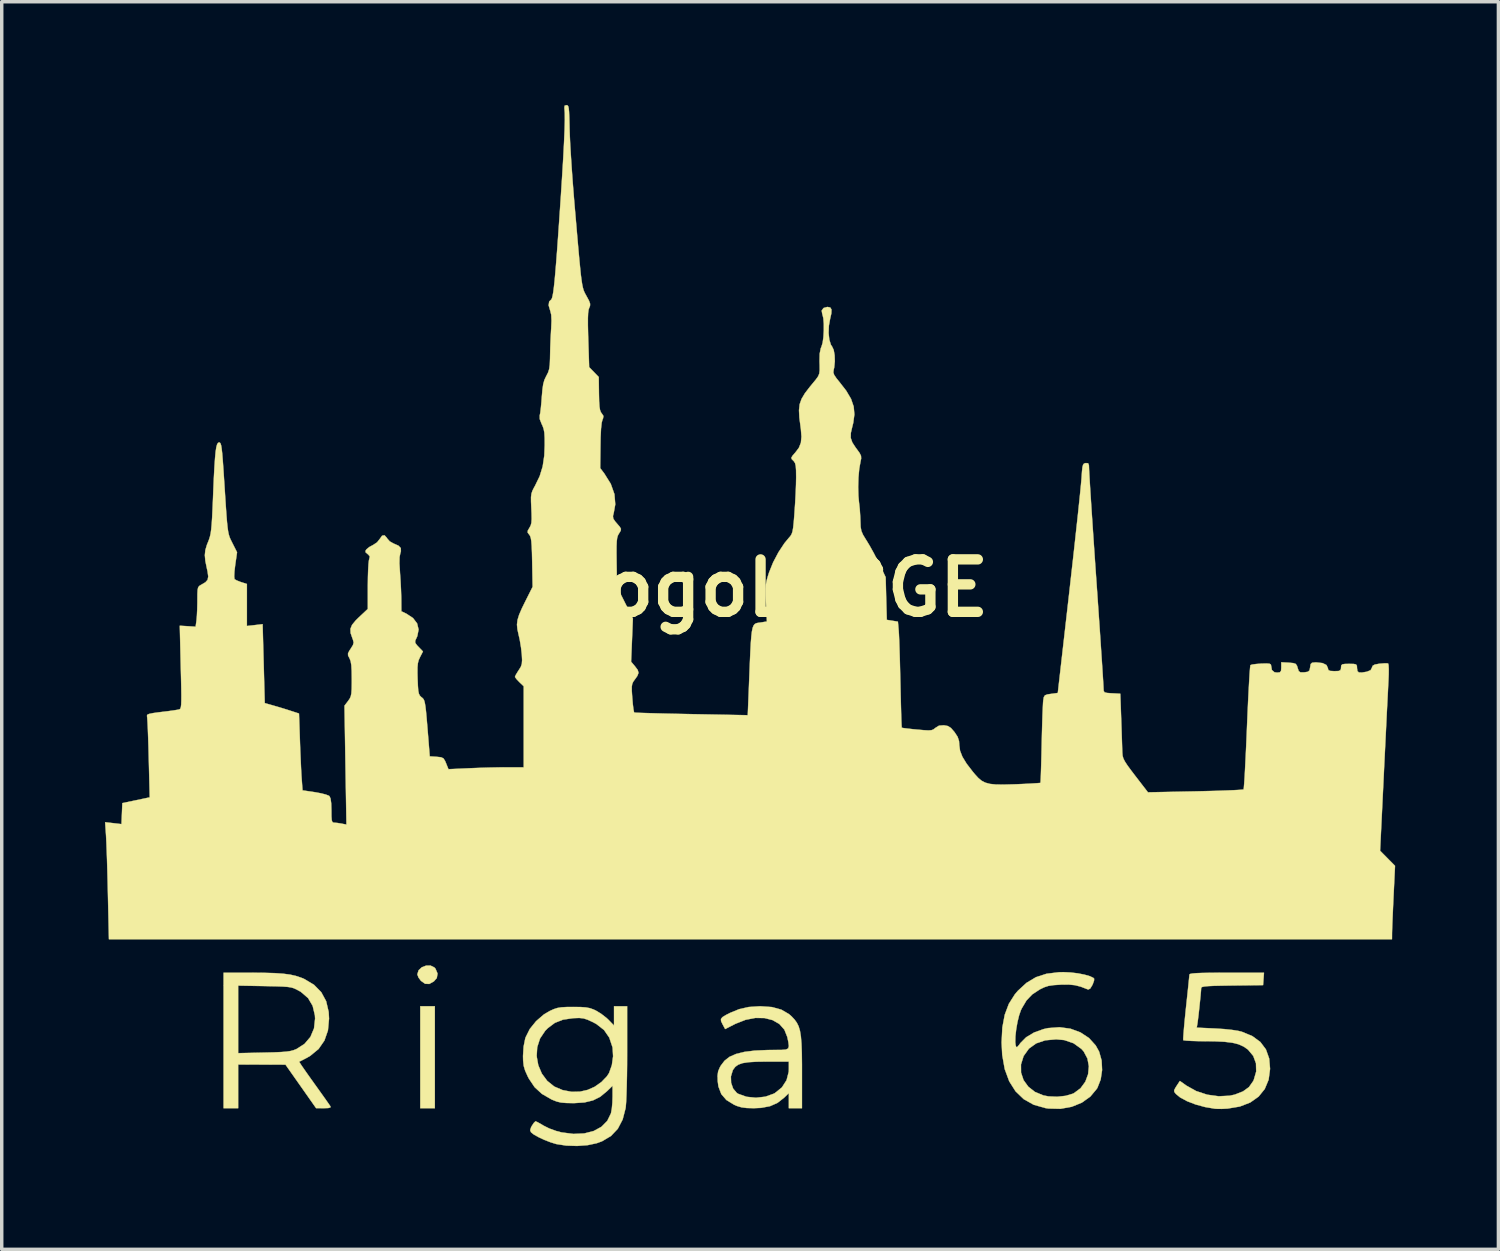
<source format=kicad_pcb>
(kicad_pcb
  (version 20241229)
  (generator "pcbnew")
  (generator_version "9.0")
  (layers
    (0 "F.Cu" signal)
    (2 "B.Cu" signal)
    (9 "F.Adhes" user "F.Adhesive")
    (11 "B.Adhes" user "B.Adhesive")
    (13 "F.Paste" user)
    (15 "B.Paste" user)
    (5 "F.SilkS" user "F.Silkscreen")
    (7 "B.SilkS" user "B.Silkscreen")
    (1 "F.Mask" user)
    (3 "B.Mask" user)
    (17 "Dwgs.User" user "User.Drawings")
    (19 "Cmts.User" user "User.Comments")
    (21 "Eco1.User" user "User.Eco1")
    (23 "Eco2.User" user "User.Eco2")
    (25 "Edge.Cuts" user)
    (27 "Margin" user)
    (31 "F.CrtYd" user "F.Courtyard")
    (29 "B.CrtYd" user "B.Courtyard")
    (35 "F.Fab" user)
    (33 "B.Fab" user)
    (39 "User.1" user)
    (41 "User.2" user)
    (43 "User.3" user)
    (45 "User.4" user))
  (footprint "logoLARGE"
    (layer "F.Cu")
    (at 19.703 14.039)
    (property "Reference" "logoLARGE" (at 0 0 0) (layer "F.SilkS") (effects (font (size 1.524 1.524) (thickness 0.3))))
    (attr through_hole)
    (fp_poly (pts (xy -10.118 15.113) (xy -10.541 15.113) (xy -10.541 12.15) (xy -10.118 12.15) (xy -10.118 15.113)) (stroke (width 0.01) (type solid)) (fill yes) (layer "F.SilkS"))
    (fp_poly (pts (xy -10.131 11.023) (xy -10.099 11.058) (xy -10.039 11.2) (xy -10.061 11.33) (xy -10.145 11.427) (xy -10.279 11.502) (xy -10.4 11.497) (xy -10.522 11.411) (xy -10.522 11.411) (xy -10.593 11.315) (xy -10.626 11.225) (xy -10.626 11.22) (xy -10.589 11.104) (xy -10.496 11.018) (xy -10.372 10.97) (xy -10.242 10.969) (xy -10.131 11.023)) (stroke (width 0.01) (type solid)) (fill yes) (layer "F.SilkS"))
    (fp_poly (pts (xy -15.441 11.176) (xy -15.068 11.179) (xy -14.766 11.188) (xy -14.522 11.205) (xy -14.323 11.231) (xy -14.155 11.269) (xy -14.005 11.319) (xy -13.91 11.359) (xy -13.629 11.527) (xy -13.418 11.742) (xy -13.276 12.004) (xy -13.203 12.315) (xy -13.192 12.509) (xy -13.224 12.853) (xy -13.326 13.146) (xy -13.496 13.392) (xy -13.737 13.59) (xy -13.857 13.659) (xy -14.061 13.763) (xy -13.987 13.877) (xy -13.935 13.952) (xy -13.846 14.08) (xy -13.729 14.245) (xy -13.596 14.431) (xy -13.547 14.499) (xy -13.416 14.683) (xy -13.301 14.844) (xy -13.213 14.97) (xy -13.16 15.046) (xy -13.15 15.06) (xy -13.153 15.092) (xy -13.217 15.108) (xy -13.343 15.112) (xy -13.568 15.111) (xy -14.457 13.847) (xy -15.145 13.845) (xy -15.833 13.843) (xy -15.833 15.113) (xy -16.256 15.113) (xy -16.256 13.513) (xy -15.833 13.513) (xy -15.081 13.497) (xy -14.8 13.49) (xy -14.589 13.481) (xy -14.433 13.469) (xy -14.316 13.452) (xy -14.225 13.428) (xy -14.144 13.396) (xy -14.139 13.394) (xy -13.904 13.243) (xy -13.732 13.04) (xy -13.628 12.793) (xy -13.597 12.51) (xy -13.603 12.412) (xy -13.668 12.138) (xy -13.801 11.913) (xy -14.005 11.737) (xy -14.062 11.703) (xy -14.144 11.659) (xy -14.217 11.626) (xy -14.296 11.603) (xy -14.396 11.588) (xy -14.531 11.578) (xy -14.716 11.571) (xy -14.967 11.566) (xy -15.06 11.564) (xy -15.833 11.55) (xy -15.833 13.513) (xy -16.256 13.513) (xy -16.256 11.176) (xy -15.441 11.176)) (stroke (width 0.01) (type solid)) (fill yes) (layer "F.SilkS"))
    (fp_poly (pts (xy -0.322 12.174) (xy -0.05 12.249) (xy 0.172 12.378) (xy 0.247 12.444) (xy 0.332 12.534) (xy 0.4 12.627) (xy 0.453 12.733) (xy 0.492 12.863) (xy 0.519 13.029) (xy 0.536 13.24) (xy 0.546 13.508) (xy 0.55 13.843) (xy 0.55 14.084) (xy 0.55 15.113) (xy 0.169 15.113) (xy 0.169 14.673) (xy 0.032 14.806) (xy -0.162 14.958) (xy -0.379 15.054) (xy -0.64 15.103) (xy -0.847 15.112) (xy -1.053 15.107) (xy -1.207 15.087) (xy -1.341 15.047) (xy -1.423 15.011) (xy -1.645 14.875) (xy -1.794 14.702) (xy -1.877 14.483) (xy -1.898 14.326) (xy -1.901 14.191) (xy -1.515 14.191) (xy -1.509 14.375) (xy -1.45 14.543) (xy -1.344 14.668) (xy -1.304 14.694) (xy -1.061 14.781) (xy -0.788 14.809) (xy -0.513 14.778) (xy -0.268 14.69) (xy -0.237 14.673) (xy -0.033 14.509) (xy 0.103 14.298) (xy 0.166 14.053) (xy 0.169 13.977) (xy 0.169 13.758) (xy -0.47 13.758) (xy -0.774 13.762) (xy -1.005 13.776) (xy -1.177 13.803) (xy -1.3 13.847) (xy -1.387 13.909) (xy -1.451 13.994) (xy -1.462 14.016) (xy -1.515 14.191) (xy -1.901 14.191) (xy -1.902 14.161) (xy -1.885 14.041) (xy -1.838 13.93) (xy -1.808 13.876) (xy -1.7 13.734) (xy -1.557 13.621) (xy -1.368 13.537) (xy -1.126 13.477) (xy -0.822 13.439) (xy -0.448 13.422) (xy -0.243 13.42) (xy -0.044 13.419) (xy 0.083 13.409) (xy 0.15 13.376) (xy 0.17 13.307) (xy 0.155 13.191) (xy 0.124 13.043) (xy 0.039 12.83) (xy -0.106 12.666) (xy -0.302 12.553) (xy -0.537 12.493) (xy -0.803 12.489) (xy -1.088 12.544) (xy -1.383 12.66) (xy -1.402 12.67) (xy -1.682 12.813) (xy -1.758 12.671) (xy -1.8 12.584) (xy -1.804 12.521) (xy -1.761 12.467) (xy -1.659 12.404) (xy -1.543 12.345) (xy -1.275 12.235) (xy -0.996 12.172) (xy -0.675 12.151) (xy -0.653 12.151) (xy -0.322 12.174)) (stroke (width 0.01) (type solid)) (fill yes) (layer "F.SilkS"))
    (fp_poly (pts (xy 13.962 11.356) (xy 13.949 11.536) (xy 13.049 11.547) (xy 12.747 11.552) (xy 12.52 11.557) (xy 12.357 11.565) (xy 12.248 11.575) (xy 12.185 11.588) (xy 12.155 11.606) (xy 12.15 11.623) (xy 12.145 11.7) (xy 12.133 11.838) (xy 12.115 12.014) (xy 12.095 12.205) (xy 12.075 12.389) (xy 12.056 12.543) (xy 12.043 12.641) (xy 12.021 12.772) (xy 12.562 12.797) (xy 12.817 12.813) (xy 13.052 12.838) (xy 13.242 12.869) (xy 13.331 12.891) (xy 13.636 13.017) (xy 13.869 13.188) (xy 14.032 13.405) (xy 14.126 13.669) (xy 14.152 13.97) (xy 14.11 14.284) (xy 13.998 14.553) (xy 13.819 14.775) (xy 13.576 14.947) (xy 13.273 15.064) (xy 12.915 15.124) (xy 12.912 15.124) (xy 12.754 15.132) (xy 12.61 15.131) (xy 12.552 15.128) (xy 12.265 15.079) (xy 11.988 15.004) (xy 11.739 14.908) (xy 11.538 14.799) (xy 11.416 14.698) (xy 11.37 14.64) (xy 11.366 14.588) (xy 11.406 14.512) (xy 11.435 14.467) (xy 11.531 14.321) (xy 11.724 14.458) (xy 12.006 14.615) (xy 12.326 14.72) (xy 12.659 14.766) (xy 12.979 14.75) (xy 13.129 14.717) (xy 13.367 14.624) (xy 13.539 14.499) (xy 13.659 14.329) (xy 13.678 14.291) (xy 13.749 14.047) (xy 13.743 13.809) (xy 13.663 13.593) (xy 13.512 13.412) (xy 13.508 13.408) (xy 13.383 13.321) (xy 13.236 13.255) (xy 13.054 13.21) (xy 12.823 13.182) (xy 12.531 13.168) (xy 12.293 13.166) (xy 12.068 13.164) (xy 11.875 13.158) (xy 11.729 13.15) (xy 11.644 13.14) (xy 11.63 13.134) (xy 11.629 13.084) (xy 11.637 12.963) (xy 11.651 12.783) (xy 11.672 12.557) (xy 11.698 12.298) (xy 11.709 12.192) (xy 11.738 11.921) (xy 11.764 11.678) (xy 11.785 11.475) (xy 11.8 11.324) (xy 11.808 11.24) (xy 11.809 11.229) (xy 11.828 11.212) (xy 11.891 11.199) (xy 12.004 11.189) (xy 12.175 11.182) (xy 12.411 11.178) (xy 12.721 11.176) (xy 12.893 11.176) (xy 13.975 11.176) (xy 13.962 11.356)) (stroke (width 0.01) (type solid)) (fill yes) (layer "F.SilkS"))
    (fp_poly (pts (xy 8.356 11.169) (xy 8.566 11.194) (xy 8.759 11.232) (xy 8.916 11.277) (xy 9.018 11.326) (xy 9.04 11.349) (xy 9.037 11.405) (xy 9.002 11.503) (xy 8.988 11.534) (xy 8.926 11.636) (xy 8.869 11.664) (xy 8.85 11.658) (xy 8.654 11.582) (xy 8.484 11.538) (xy 8.305 11.52) (xy 8.082 11.522) (xy 8.065 11.523) (xy 7.862 11.536) (xy 7.714 11.558) (xy 7.591 11.598) (xy 7.462 11.66) (xy 7.458 11.663) (xy 7.241 11.806) (xy 7.075 11.98) (xy 6.939 12.209) (xy 6.913 12.262) (xy 6.86 12.413) (xy 6.812 12.609) (xy 6.775 12.822) (xy 6.752 13.026) (xy 6.748 13.194) (xy 6.758 13.279) (xy 6.776 13.334) (xy 6.801 13.338) (xy 6.85 13.284) (xy 6.898 13.219) (xy 7.064 13.052) (xy 7.293 12.914) (xy 7.567 12.815) (xy 7.699 12.785) (xy 8.035 12.76) (xy 8.353 12.803) (xy 8.642 12.91) (xy 8.891 13.074) (xy 9.086 13.29) (xy 9.185 13.469) (xy 9.257 13.725) (xy 9.271 14.004) (xy 9.23 14.279) (xy 9.136 14.519) (xy 9.119 14.547) (xy 8.929 14.775) (xy 8.681 14.952) (xy 8.388 15.071) (xy 8.062 15.13) (xy 7.716 15.122) (xy 7.625 15.109) (xy 7.283 15.012) (xy 6.993 14.849) (xy 6.756 14.621) (xy 6.572 14.33) (xy 6.442 13.977) (xy 6.418 13.842) (xy 6.914 13.842) (xy 6.916 14.078) (xy 6.989 14.297) (xy 7.126 14.487) (xy 7.319 14.639) (xy 7.562 14.74) (xy 7.712 14.769) (xy 7.966 14.78) (xy 8.212 14.753) (xy 8.418 14.692) (xy 8.452 14.676) (xy 8.645 14.533) (xy 8.784 14.343) (xy 8.865 14.124) (xy 8.887 13.894) (xy 8.845 13.668) (xy 8.737 13.465) (xy 8.668 13.388) (xy 8.441 13.225) (xy 8.172 13.133) (xy 7.938 13.111) (xy 7.619 13.14) (xy 7.354 13.23) (xy 7.145 13.381) (xy 6.995 13.591) (xy 6.989 13.601) (xy 6.914 13.842) (xy 6.418 13.842) (xy 6.369 13.564) (xy 6.351 13.2) (xy 6.373 12.767) (xy 6.442 12.398) (xy 6.561 12.081) (xy 6.735 11.806) (xy 6.823 11.702) (xy 7.075 11.47) (xy 7.349 11.306) (xy 7.657 11.206) (xy 8.014 11.162) (xy 8.149 11.159) (xy 8.356 11.169)) (stroke (width 0.01) (type solid)) (fill yes) (layer "F.SilkS"))
    (fp_poly (pts (xy -4.53 13.494) (xy -4.531 13.837) (xy -4.535 14.166) (xy -4.542 14.466) (xy -4.55 14.727) (xy -4.559 14.933) (xy -4.57 15.073) (xy -4.574 15.107) (xy -4.66 15.44) (xy -4.801 15.71) (xy -5 15.92) (xy -5.26 16.074) (xy -5.413 16.13) (xy -5.677 16.186) (xy -5.984 16.209) (xy -6.298 16.199) (xy -6.582 16.155) (xy -6.589 16.154) (xy -6.755 16.103) (xy -6.935 16.033) (xy -7.106 15.953) (xy -7.243 15.876) (xy -7.323 15.812) (xy -7.348 15.752) (xy -7.322 15.669) (xy -7.297 15.623) (xy -7.239 15.537) (xy -7.195 15.495) (xy -7.19 15.494) (xy -7.14 15.515) (xy -7.043 15.568) (xy -6.955 15.621) (xy -6.792 15.702) (xy -6.587 15.776) (xy -6.434 15.816) (xy -6.09 15.86) (xy -5.777 15.846) (xy -5.503 15.776) (xy -5.277 15.653) (xy -5.107 15.481) (xy -5.001 15.264) (xy -4.998 15.252) (xy -4.975 15.127) (xy -4.959 14.956) (xy -4.953 14.776) (xy -4.953 14.461) (xy -5.112 14.615) (xy -5.309 14.778) (xy -5.521 14.885) (xy -5.769 14.945) (xy -6.072 14.965) (xy -6.096 14.965) (xy -6.302 14.961) (xy -6.452 14.948) (xy -6.575 14.919) (xy -6.699 14.87) (xy -6.733 14.855) (xy -7.007 14.696) (xy -7.218 14.502) (xy -7.385 14.253) (xy -7.417 14.192) (xy -7.493 14.024) (xy -7.535 13.884) (xy -7.552 13.729) (xy -7.555 13.603) (xy -7.159 13.603) (xy -7.112 13.864) (xy -7.009 14.107) (xy -6.852 14.319) (xy -6.646 14.484) (xy -6.404 14.587) (xy -6.14 14.637) (xy -5.898 14.631) (xy -5.678 14.581) (xy -5.473 14.49) (xy -5.276 14.351) (xy -5.118 14.187) (xy -5.055 14.09) (xy -4.974 13.862) (xy -4.938 13.604) (xy -4.952 13.358) (xy -4.956 13.338) (xy -5.049 13.061) (xy -5.201 12.841) (xy -5.42 12.669) (xy -5.52 12.614) (xy -5.677 12.542) (xy -5.797 12.503) (xy -5.921 12.49) (xy -6.085 12.496) (xy -6.106 12.497) (xy -6.395 12.54) (xy -6.631 12.633) (xy -6.835 12.786) (xy -6.911 12.863) (xy -7.062 13.089) (xy -7.143 13.34) (xy -7.159 13.603) (xy -7.555 13.603) (xy -7.555 13.592) (xy -7.538 13.322) (xy -7.491 13.088) (xy -7.479 13.051) (xy -7.358 12.81) (xy -7.174 12.582) (xy -6.95 12.389) (xy -6.782 12.289) (xy -6.663 12.235) (xy -6.556 12.2) (xy -6.438 12.181) (xy -6.282 12.172) (xy -6.096 12.171) (xy -5.883 12.173) (xy -5.73 12.184) (xy -5.613 12.206) (xy -5.509 12.243) (xy -5.443 12.273) (xy -5.285 12.369) (xy -5.127 12.492) (xy -5.073 12.543) (xy -4.911 12.71) (xy -4.911 12.15) (xy -4.53 12.15) (xy -4.53 13.494)) (stroke (width 0.01) (type solid)) (fill yes) (layer "F.SilkS"))
    (fp_poly (pts (xy -6.264 -14.028) (xy -6.243 -14.002) (xy -6.228 -13.944) (xy -6.218 -13.842) (xy -6.211 -13.685) (xy -6.205 -13.459) (xy -6.203 -13.356) (xy -6.196 -13.149) (xy -6.183 -12.874) (xy -6.163 -12.546) (xy -6.139 -12.18) (xy -6.111 -11.792) (xy -6.08 -11.398) (xy -6.058 -11.134) (xy -6.014 -10.625) (xy -5.977 -10.193) (xy -5.945 -9.831) (xy -5.918 -9.533) (xy -5.894 -9.29) (xy -5.874 -9.096) (xy -5.854 -8.944) (xy -5.836 -8.826) (xy -5.817 -8.736) (xy -5.798 -8.666) (xy -5.776 -8.61) (xy -5.751 -8.559) (xy -5.723 -8.508) (xy -5.708 -8.481) (xy -5.637 -8.349) (xy -5.606 -8.262) (xy -5.609 -8.198) (xy -5.631 -8.147) (xy -5.651 -8.088) (xy -5.664 -7.991) (xy -5.67 -7.845) (xy -5.67 -7.639) (xy -5.664 -7.364) (xy -5.66 -7.233) (xy -5.634 -6.421) (xy -5.495 -6.278) (xy -5.355 -6.134) (xy -5.349 -5.647) (xy -5.344 -5.426) (xy -5.334 -5.273) (xy -5.317 -5.173) (xy -5.291 -5.107) (xy -5.268 -5.077) (xy -5.218 -5.001) (xy -5.232 -4.924) (xy -5.246 -4.896) (xy -5.27 -4.804) (xy -5.289 -4.63) (xy -5.301 -4.38) (xy -5.305 -4.143) (xy -5.313 -3.487) (xy -5.195 -3.332) (xy -5.006 -3.03) (xy -4.899 -2.729) (xy -4.875 -2.433) (xy -4.917 -2.198) (xy -4.942 -2.094) (xy -4.933 -2.02) (xy -4.88 -1.94) (xy -4.832 -1.884) (xy -4.747 -1.785) (xy -4.71 -1.724) (xy -4.716 -1.67) (xy -4.76 -1.597) (xy -4.773 -1.577) (xy -4.801 -1.524) (xy -4.82 -1.457) (xy -4.832 -1.36) (xy -4.838 -1.22) (xy -4.839 -1.023) (xy -4.836 -0.756) (xy -4.836 -0.751) (xy -4.825 -0.039) (xy -4.594 0.421) (xy -4.363 0.881) (xy -4.415 2.138) (xy -4.303 2.271) (xy -4.222 2.379) (xy -4.199 2.463) (xy -4.234 2.553) (xy -4.301 2.647) (xy -4.352 2.718) (xy -4.382 2.783) (xy -4.395 2.864) (xy -4.395 2.982) (xy -4.383 3.158) (xy -4.38 3.196) (xy -4.365 3.371) (xy -4.348 3.511) (xy -4.331 3.598) (xy -4.324 3.615) (xy -4.277 3.62) (xy -4.154 3.625) (xy -3.966 3.631) (xy -3.721 3.638) (xy -3.429 3.646) (xy -3.098 3.653) (xy -2.739 3.66) (xy -2.661 3.662) (xy -1.025 3.693) (xy -0.996 2.979) (xy -0.978 2.523) (xy -0.963 2.145) (xy -0.949 1.837) (xy -0.936 1.591) (xy -0.921 1.401) (xy -0.904 1.258) (xy -0.883 1.156) (xy -0.856 1.088) (xy -0.823 1.046) (xy -0.782 1.022) (xy -0.732 1.01) (xy -0.671 1.002) (xy -0.626 0.995) (xy -0.469 0.97) (xy -0.494 0.43) (xy -0.504 0.201) (xy -0.506 0.032) (xy -0.498 -0.098) (xy -0.478 -0.215) (xy -0.442 -0.342) (xy -0.406 -0.455) (xy -0.288 -0.747) (xy -0.133 -1.041) (xy 0.041 -1.305) (xy 0.169 -1.46) (xy 0.216 -1.514) (xy 0.25 -1.571) (xy 0.275 -1.645) (xy 0.294 -1.753) (xy 0.311 -1.911) (xy 0.329 -2.132) (xy 0.334 -2.208) (xy 0.352 -2.471) (xy 0.367 -2.746) (xy 0.377 -3.002) (xy 0.381 -3.207) (xy 0.381 -3.228) (xy 0.379 -3.421) (xy 0.37 -3.548) (xy 0.35 -3.63) (xy 0.317 -3.683) (xy 0.297 -3.704) (xy 0.25 -3.751) (xy 0.243 -3.793) (xy 0.281 -3.854) (xy 0.358 -3.941) (xy 0.461 -4.078) (xy 0.519 -4.224) (xy 0.536 -4.4) (xy 0.518 -4.63) (xy 0.511 -4.678) (xy 0.475 -4.952) (xy 0.464 -5.166) (xy 0.483 -5.341) (xy 0.539 -5.499) (xy 0.636 -5.662) (xy 0.782 -5.852) (xy 0.849 -5.933) (xy 0.953 -6.059) (xy 1.018 -6.15) (xy 1.053 -6.232) (xy 1.065 -6.331) (xy 1.064 -6.473) (xy 1.06 -6.588) (xy 1.065 -6.811) (xy 1.097 -6.97) (xy 1.118 -7.019) (xy 1.151 -7.13) (xy 1.174 -7.295) (xy 1.185 -7.487) (xy 1.185 -7.678) (xy 1.171 -7.844) (xy 1.144 -7.955) (xy 1.14 -7.964) (xy 1.123 -8.064) (xy 1.177 -8.139) (xy 1.286 -8.17) (xy 1.292 -8.17) (xy 1.372 -8.154) (xy 1.408 -8.095) (xy 1.404 -7.983) (xy 1.369 -7.829) (xy 1.332 -7.624) (xy 1.324 -7.414) (xy 1.344 -7.222) (xy 1.39 -7.073) (xy 1.425 -7.02) (xy 1.472 -6.921) (xy 1.499 -6.768) (xy 1.505 -6.589) (xy 1.487 -6.412) (xy 1.471 -6.341) (xy 1.462 -6.269) (xy 1.485 -6.196) (xy 1.55 -6.099) (xy 1.628 -6.003) (xy 1.836 -5.736) (xy 1.976 -5.499) (xy 2.053 -5.274) (xy 2.073 -5.047) (xy 2.04 -4.802) (xy 2.013 -4.694) (xy 1.97 -4.508) (xy 1.967 -4.365) (xy 2.012 -4.234) (xy 2.11 -4.083) (xy 2.142 -4.041) (xy 2.226 -3.924) (xy 2.266 -3.843) (xy 2.27 -3.765) (xy 2.25 -3.667) (xy 2.214 -3.465) (xy 2.191 -3.211) (xy 2.183 -2.939) (xy 2.19 -2.679) (xy 2.206 -2.506) (xy 2.229 -2.3) (xy 2.244 -2.073) (xy 2.249 -1.939) (xy 2.255 -1.78) (xy 2.276 -1.662) (xy 2.324 -1.55) (xy 2.41 -1.408) (xy 2.424 -1.387) (xy 2.52 -1.228) (xy 2.633 -1.025) (xy 2.743 -0.812) (xy 2.789 -0.72) (xy 2.982 -0.318) (xy 2.998 0.302) (xy 3.015 0.922) (xy 3.176 0.948) (xy 3.338 0.974) (xy 3.361 1.238) (xy 3.368 1.349) (xy 3.376 1.53) (xy 3.384 1.77) (xy 3.393 2.053) (xy 3.401 2.368) (xy 3.409 2.7) (xy 3.411 2.773) (xy 3.418 3.092) (xy 3.425 3.382) (xy 3.432 3.634) (xy 3.438 3.836) (xy 3.444 3.978) (xy 3.449 4.05) (xy 3.45 4.056) (xy 3.495 4.066) (xy 3.606 4.08) (xy 3.764 4.098) (xy 3.897 4.111) (xy 4.094 4.128) (xy 4.225 4.135) (xy 4.31 4.129) (xy 4.366 4.109) (xy 4.413 4.074) (xy 4.425 4.063) (xy 4.532 3.997) (xy 4.674 3.986) (xy 4.682 3.987) (xy 4.791 4.008) (xy 4.879 4.064) (xy 4.974 4.173) (xy 4.983 4.184) (xy 5.073 4.321) (xy 5.114 4.445) (xy 5.122 4.567) (xy 5.144 4.727) (xy 5.212 4.901) (xy 5.333 5.1) (xy 5.514 5.335) (xy 5.574 5.407) (xy 5.673 5.516) (xy 5.77 5.597) (xy 5.878 5.653) (xy 6.011 5.689) (xy 6.183 5.707) (xy 6.408 5.71) (xy 6.699 5.702) (xy 6.791 5.699) (xy 7.021 5.689) (xy 7.218 5.679) (xy 7.37 5.669) (xy 7.46 5.662) (xy 7.479 5.658) (xy 7.484 5.614) (xy 7.49 5.496) (xy 7.496 5.317) (xy 7.503 5.086) (xy 7.51 4.817) (xy 7.516 4.547) (xy 7.523 4.241) (xy 7.531 3.953) (xy 7.539 3.699) (xy 7.548 3.49) (xy 7.555 3.342) (xy 7.56 3.275) (xy 7.577 3.17) (xy 7.611 3.115) (xy 7.686 3.088) (xy 7.783 3.074) (xy 7.984 3.047) (xy 8.316 0.137) (xy 8.372 -0.363) (xy 8.427 -0.849) (xy 8.478 -1.311) (xy 8.525 -1.743) (xy 8.568 -2.135) (xy 8.604 -2.48) (xy 8.634 -2.769) (xy 8.656 -2.994) (xy 8.67 -3.148) (xy 8.674 -3.196) (xy 8.687 -3.389) (xy 8.7 -3.513) (xy 8.719 -3.584) (xy 8.746 -3.619) (xy 8.788 -3.632) (xy 8.795 -3.633) (xy 8.864 -3.629) (xy 8.888 -3.573) (xy 8.89 -3.527) (xy 8.893 -3.442) (xy 8.902 -3.278) (xy 8.916 -3.037) (xy 8.936 -2.717) (xy 8.962 -2.316) (xy 8.994 -1.835) (xy 9.032 -1.273) (xy 9.076 -0.628) (xy 9.127 0.1) (xy 9.166 0.667) (xy 9.195 1.087) (xy 9.222 1.484) (xy 9.246 1.85) (xy 9.268 2.177) (xy 9.286 2.455) (xy 9.3 2.676) (xy 9.309 2.831) (xy 9.313 2.912) (xy 9.313 2.919) (xy 9.318 2.989) (xy 9.344 3.028) (xy 9.413 3.046) (xy 9.544 3.056) (xy 9.557 3.056) (xy 9.8 3.069) (xy 9.827 3.831) (xy 9.836 4.092) (xy 9.844 4.337) (xy 9.851 4.548) (xy 9.856 4.707) (xy 9.859 4.784) (xy 9.866 4.866) (xy 9.887 4.944) (xy 9.931 5.034) (xy 10.005 5.148) (xy 10.119 5.303) (xy 10.234 5.454) (xy 10.604 5.934) (xy 11.98 5.906) (xy 12.313 5.898) (xy 12.619 5.89) (xy 12.887 5.88) (xy 13.107 5.871) (xy 13.27 5.862) (xy 13.364 5.854) (xy 13.383 5.849) (xy 13.39 5.802) (xy 13.4 5.679) (xy 13.413 5.49) (xy 13.426 5.243) (xy 13.441 4.946) (xy 13.457 4.61) (xy 13.473 4.243) (xy 13.481 4.043) (xy 13.497 3.663) (xy 13.513 3.309) (xy 13.529 2.991) (xy 13.544 2.717) (xy 13.557 2.497) (xy 13.569 2.338) (xy 13.578 2.251) (xy 13.582 2.237) (xy 13.636 2.22) (xy 13.749 2.205) (xy 13.896 2.194) (xy 14.05 2.19) (xy 14.137 2.197) (xy 14.175 2.219) (xy 14.182 2.251) (xy 14.205 2.38) (xy 14.28 2.445) (xy 14.356 2.455) (xy 14.437 2.447) (xy 14.471 2.404) (xy 14.478 2.305) (xy 14.478 2.155) (xy 14.698 2.167) (xy 14.828 2.179) (xy 14.898 2.203) (xy 14.934 2.255) (xy 14.954 2.32) (xy 14.985 2.412) (xy 15.035 2.448) (xy 15.135 2.448) (xy 15.147 2.447) (xy 15.251 2.431) (xy 15.299 2.389) (xy 15.317 2.298) (xy 15.317 2.297) (xy 15.332 2.208) (xy 15.372 2.169) (xy 15.463 2.159) (xy 15.499 2.159) (xy 15.678 2.179) (xy 15.791 2.235) (xy 15.833 2.326) (xy 15.833 2.33) (xy 15.846 2.382) (xy 15.899 2.406) (xy 16.013 2.413) (xy 16.023 2.413) (xy 16.141 2.409) (xy 16.196 2.387) (xy 16.213 2.336) (xy 16.214 2.307) (xy 16.22 2.247) (xy 16.252 2.215) (xy 16.33 2.203) (xy 16.447 2.201) (xy 16.58 2.203) (xy 16.649 2.217) (xy 16.675 2.255) (xy 16.679 2.326) (xy 16.679 2.328) (xy 16.69 2.41) (xy 16.732 2.45) (xy 16.823 2.453) (xy 16.968 2.429) (xy 17.075 2.384) (xy 17.111 2.313) (xy 17.134 2.256) (xy 17.197 2.221) (xy 17.322 2.198) (xy 17.335 2.197) (xy 17.464 2.186) (xy 17.558 2.186) (xy 17.583 2.191) (xy 17.595 2.239) (xy 17.601 2.353) (xy 17.599 2.516) (xy 17.592 2.682) (xy 17.585 2.817) (xy 17.575 3.027) (xy 17.561 3.3) (xy 17.544 3.628) (xy 17.526 4) (xy 17.506 4.406) (xy 17.485 4.835) (xy 17.463 5.279) (xy 17.458 5.392) (xy 17.349 7.631) (xy 17.783 8.07) (xy 17.739 8.977) (xy 17.726 9.257) (xy 17.715 9.516) (xy 17.705 9.741) (xy 17.699 9.917) (xy 17.696 10.027) (xy 17.696 10.044) (xy 17.695 10.202) (xy -19.588 10.202) (xy -19.617 8.901) (xy -19.625 8.554) (xy -19.634 8.215) (xy -19.643 7.897) (xy -19.653 7.617) (xy -19.662 7.388) (xy -19.67 7.226) (xy -19.671 7.201) (xy -19.698 6.803) (xy -19.46 6.83) (xy -19.223 6.858) (xy -19.198 6.247) (xy -18.8 6.164) (xy -18.402 6.08) (xy -18.431 4.925) (xy -18.439 4.618) (xy -18.448 4.338) (xy -18.457 4.095) (xy -18.466 3.902) (xy -18.475 3.77) (xy -18.482 3.711) (xy -18.482 3.71) (xy -18.475 3.681) (xy -18.421 3.656) (xy -18.309 3.632) (xy -18.127 3.607) (xy -18.068 3.6) (xy -17.877 3.577) (xy -17.711 3.554) (xy -17.593 3.535) (xy -17.551 3.526) (xy -17.528 3.517) (xy -17.51 3.496) (xy -17.497 3.455) (xy -17.488 3.384) (xy -17.484 3.275) (xy -17.483 3.117) (xy -17.486 2.902) (xy -17.492 2.62) (xy -17.5 2.298) (xy -17.529 1.093) (xy -17.299 1.107) (xy -17.069 1.122) (xy -17.043 0.936) (xy -17.032 0.808) (xy -17.023 0.627) (xy -17.018 0.426) (xy -17.018 0.355) (xy -17.017 0.17) (xy -17.011 0.051) (xy -16.995 -0.02) (xy -16.964 -0.062) (xy -16.913 -0.094) (xy -16.898 -0.102) (xy -16.783 -0.17) (xy -16.72 -0.241) (xy -16.702 -0.337) (xy -16.721 -0.48) (xy -16.741 -0.57) (xy -16.786 -0.789) (xy -16.801 -0.957) (xy -16.786 -1.104) (xy -16.74 -1.26) (xy -16.705 -1.345) (xy -16.676 -1.422) (xy -16.652 -1.5) (xy -16.632 -1.59) (xy -16.616 -1.705) (xy -16.602 -1.854) (xy -16.589 -2.049) (xy -16.577 -2.302) (xy -16.563 -2.622) (xy -16.556 -2.806) (xy -16.539 -3.202) (xy -16.522 -3.521) (xy -16.505 -3.77) (xy -16.488 -3.957) (xy -16.468 -4.09) (xy -16.445 -4.175) (xy -16.418 -4.22) (xy -16.387 -4.233) (xy -16.364 -4.227) (xy -16.344 -4.2) (xy -16.327 -4.145) (xy -16.312 -4.051) (xy -16.296 -3.91) (xy -16.28 -3.713) (xy -16.261 -3.45) (xy -16.239 -3.112) (xy -16.237 -3.09) (xy -16.212 -2.696) (xy -16.191 -2.376) (xy -16.173 -2.121) (xy -16.157 -1.922) (xy -16.141 -1.77) (xy -16.125 -1.654) (xy -16.107 -1.565) (xy -16.086 -1.493) (xy -16.06 -1.429) (xy -16.028 -1.364) (xy -15.999 -1.306) (xy -15.865 -1.041) (xy -15.919 -0.667) (xy -15.941 -0.48) (xy -15.948 -0.341) (xy -15.939 -0.264) (xy -15.934 -0.257) (xy -15.872 -0.222) (xy -15.765 -0.18) (xy -15.737 -0.171) (xy -15.579 -0.12) (xy -15.579 1.101) (xy -15.351 1.075) (xy -15.122 1.048) (xy -15.06 3.341) (xy -14.822 3.409) (xy -14.642 3.461) (xy -14.439 3.523) (xy -14.324 3.56) (xy -14.065 3.644) (xy -14.038 4.436) (xy -14.028 4.714) (xy -14.016 4.988) (xy -14.005 5.237) (xy -13.994 5.439) (xy -13.986 5.552) (xy -13.962 5.877) (xy -13.602 5.93) (xy -13.43 5.962) (xy -13.287 5.998) (xy -13.197 6.033) (xy -13.182 6.043) (xy -13.148 6.115) (xy -13.129 6.254) (xy -13.123 6.459) (xy -13.122 6.633) (xy -13.114 6.74) (xy -13.096 6.795) (xy -13.065 6.814) (xy -13.044 6.816) (xy -12.947 6.824) (xy -12.825 6.844) (xy -12.686 6.871) (xy -12.715 5.144) (xy -12.743 3.417) (xy -12.637 3.278) (xy -12.591 3.212) (xy -12.561 3.146) (xy -12.543 3.059) (xy -12.534 2.935) (xy -12.531 2.754) (xy -12.531 2.645) (xy -12.534 2.408) (xy -12.544 2.24) (xy -12.564 2.123) (xy -12.595 2.043) (xy -12.6 2.034) (xy -12.639 1.957) (xy -12.64 1.895) (xy -12.599 1.815) (xy -12.561 1.759) (xy -12.497 1.655) (xy -12.477 1.581) (xy -12.497 1.499) (xy -12.513 1.458) (xy -12.565 1.306) (xy -12.57 1.183) (xy -12.523 1.068) (xy -12.416 0.938) (xy -12.319 0.843) (xy -12.065 0.605) (xy -12.065 -0.081) (xy -12.062 -0.32) (xy -12.055 -0.532) (xy -12.045 -0.702) (xy -12.032 -0.814) (xy -12.023 -0.847) (xy -12.006 -0.919) (xy -12.057 -0.98) (xy -12.072 -0.99) (xy -12.133 -1.045) (xy -12.127 -1.095) (xy -12.103 -1.127) (xy -12.023 -1.193) (xy -11.911 -1.254) (xy -11.909 -1.255) (xy -11.797 -1.329) (xy -11.718 -1.428) (xy -11.718 -1.428) (xy -11.65 -1.523) (xy -11.58 -1.535) (xy -11.513 -1.462) (xy -11.503 -1.443) (xy -11.427 -1.357) (xy -11.316 -1.295) (xy -11.315 -1.295) (xy -11.174 -1.233) (xy -11.107 -1.163) (xy -11.104 -1.07) (xy -11.12 -1.017) (xy -11.143 -0.901) (xy -11.147 -0.718) (xy -11.131 -0.461) (xy -11.131 -0.457) (xy -11.115 -0.222) (xy -11.102 0.029) (xy -11.094 0.254) (xy -11.093 0.326) (xy -11.091 0.673) (xy -10.943 0.744) (xy -10.752 0.87) (xy -10.633 1.026) (xy -10.59 1.204) (xy -10.627 1.395) (xy -10.65 1.446) (xy -10.689 1.531) (xy -10.687 1.591) (xy -10.637 1.66) (xy -10.59 1.709) (xy -10.463 1.841) (xy -10.549 2.007) (xy -10.588 2.093) (xy -10.611 2.184) (xy -10.622 2.302) (xy -10.623 2.467) (xy -10.619 2.634) (xy -10.61 2.84) (xy -10.6 2.978) (xy -10.582 3.066) (xy -10.555 3.122) (xy -10.515 3.163) (xy -10.503 3.172) (xy -10.472 3.197) (xy -10.447 3.226) (xy -10.426 3.271) (xy -10.408 3.339) (xy -10.391 3.44) (xy -10.374 3.585) (xy -10.356 3.783) (xy -10.334 4.042) (xy -10.307 4.374) (xy -10.298 4.487) (xy -10.266 4.889) (xy -10.063 4.902) (xy -9.939 4.915) (xy -9.868 4.947) (xy -9.821 5.02) (xy -9.792 5.089) (xy -9.722 5.262) (xy -9.126 5.235) (xy -8.851 5.224) (xy -8.55 5.215) (xy -8.26 5.209) (xy -8.033 5.207) (xy -7.535 5.207) (xy -7.535 2.852) (xy -7.662 2.731) (xy -7.742 2.647) (xy -7.786 2.587) (xy -7.789 2.576) (xy -7.767 2.525) (xy -7.711 2.432) (xy -7.679 2.383) (xy -7.62 2.289) (xy -7.59 2.202) (xy -7.582 2.093) (xy -7.59 1.931) (xy -7.59 1.926) (xy -7.614 1.72) (xy -7.651 1.498) (xy -7.683 1.357) (xy -7.718 1.197) (xy -7.731 1.06) (xy -7.715 0.925) (xy -7.668 0.772) (xy -7.586 0.583) (xy -7.488 0.384) (xy -7.276 -0.038) (xy -7.289 -0.755) (xy -7.295 -1.026) (xy -7.303 -1.225) (xy -7.314 -1.365) (xy -7.33 -1.459) (xy -7.351 -1.519) (xy -7.375 -1.553) (xy -7.42 -1.613) (xy -7.418 -1.668) (xy -7.369 -1.752) (xy -7.333 -1.818) (xy -7.312 -1.896) (xy -7.304 -2.007) (xy -7.307 -2.169) (xy -7.313 -2.308) (xy -7.322 -2.507) (xy -7.323 -2.644) (xy -7.31 -2.744) (xy -7.282 -2.83) (xy -7.233 -2.926) (xy -7.205 -2.976) (xy -7.071 -3.252) (xy -6.984 -3.536) (xy -6.937 -3.851) (xy -6.925 -4.149) (xy -6.926 -4.363) (xy -6.935 -4.515) (xy -6.956 -4.627) (xy -6.99 -4.722) (xy -7.011 -4.763) (xy -7.069 -4.911) (xy -7.07 -5.017) (xy -7.054 -5.093) (xy -7.037 -5.232) (xy -7.02 -5.411) (xy -7.01 -5.546) (xy -6.991 -5.768) (xy -6.968 -5.928) (xy -6.934 -6.049) (xy -6.885 -6.152) (xy -6.877 -6.167) (xy -6.826 -6.267) (xy -6.794 -6.369) (xy -6.777 -6.498) (xy -6.77 -6.681) (xy -6.769 -6.739) (xy -6.764 -6.979) (xy -6.753 -7.25) (xy -6.74 -7.499) (xy -6.737 -7.53) (xy -6.727 -7.77) (xy -6.735 -7.94) (xy -6.762 -8.053) (xy -6.763 -8.054) (xy -6.811 -8.217) (xy -6.795 -8.327) (xy -6.748 -8.373) (xy -6.729 -8.393) (xy -6.711 -8.434) (xy -6.694 -8.503) (xy -6.676 -8.604) (xy -6.658 -8.743) (xy -6.638 -8.927) (xy -6.617 -9.16) (xy -6.593 -9.448) (xy -6.566 -9.798) (xy -6.536 -10.214) (xy -6.502 -10.702) (xy -6.464 -11.268) (xy -6.457 -11.367) (xy -6.418 -11.979) (xy -6.386 -12.507) (xy -6.363 -12.954) (xy -6.347 -13.318) (xy -6.34 -13.603) (xy -6.342 -13.807) (xy -6.351 -13.933) (xy -6.354 -13.949) (xy -6.346 -14.018) (xy -6.293 -14.034) (xy -6.264 -14.028)) (stroke (width 0.01) (type solid)) (fill yes) (layer "F.SilkS")))
  (gr_rect
    (start -3 -3)
    (end 40.49 33.253)
    (stroke (width 0.1) (type default))
    (fill no)
    (layer "Edge.Cuts")))
</source>
